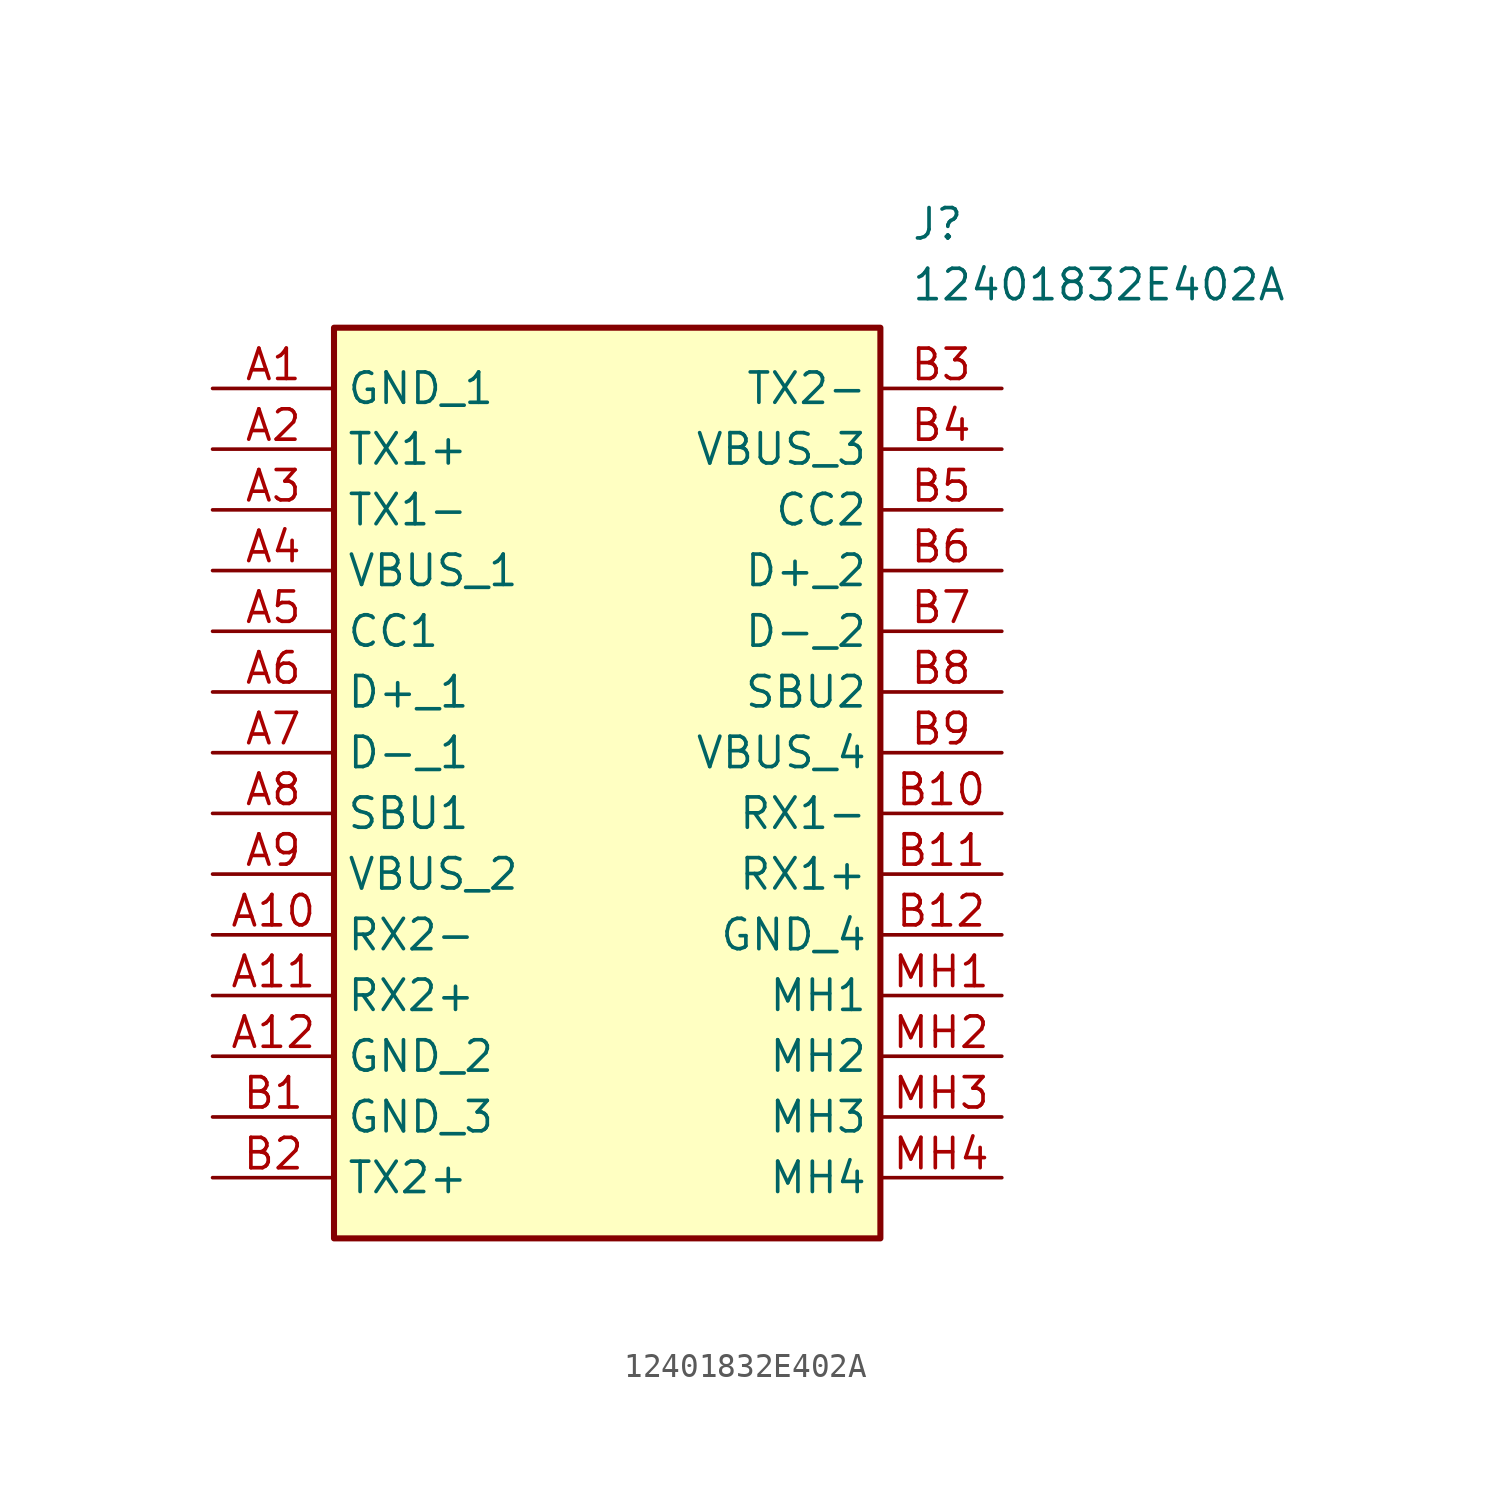
<source format=kicad_sym>
(kicad_symbol_lib
  (version 20211014)
  (generator SamacSys_ECAD_Model)
  (symbol "12401832E402A"
    (property "Reference" "J"
      (at 29.21 7.62 0)
      (effects (font (size 1.27 1.27)) (justify left top)))
    (property "Value" "12401832E402A"
      (at 29.21 5.08 0)
      (effects (font (size 1.27 1.27)) (justify left top)))
    (rectangle
      (start 5.08 2.54)
      (end 27.94 -35.56)
      (stroke (width 0.254) (type default))
      (fill (type background)))
    (pin passive line
      (at 0 0 0)
      (length 5.08)
      (name "GND_1" (effects (font (size 1.27 1.27))))
      (number "A1" (effects (font (size 1.27 1.27)))))
    (pin passive line
      (at 0 -2.54 0)
      (length 5.08)
      (name "TX1+" (effects (font (size 1.27 1.27))))
      (number "A2" (effects (font (size 1.27 1.27)))))
    (pin passive line
      (at 0 -5.08 0)
      (length 5.08)
      (name "TX1-" (effects (font (size 1.27 1.27))))
      (number "A3" (effects (font (size 1.27 1.27)))))
    (pin passive line
      (at 0 -7.62 0)
      (length 5.08)
      (name "VBUS_1" (effects (font (size 1.27 1.27))))
      (number "A4" (effects (font (size 1.27 1.27)))))
    (pin passive line
      (at 0 -10.16 0)
      (length 5.08)
      (name "CC1" (effects (font (size 1.27 1.27))))
      (number "A5" (effects (font (size 1.27 1.27)))))
    (pin passive line
      (at 0 -12.7 0)
      (length 5.08)
      (name "D+_1" (effects (font (size 1.27 1.27))))
      (number "A6" (effects (font (size 1.27 1.27)))))
    (pin passive line
      (at 0 -15.24 0)
      (length 5.08)
      (name "D-_1" (effects (font (size 1.27 1.27))))
      (number "A7" (effects (font (size 1.27 1.27)))))
    (pin passive line
      (at 0 -17.78 0)
      (length 5.08)
      (name "SBU1" (effects (font (size 1.27 1.27))))
      (number "A8" (effects (font (size 1.27 1.27)))))
    (pin passive line
      (at 0 -20.32 0)
      (length 5.08)
      (name "VBUS_2" (effects (font (size 1.27 1.27))))
      (number "A9" (effects (font (size 1.27 1.27)))))
    (pin passive line
      (at 0 -22.86 0)
      (length 5.08)
      (name "RX2-" (effects (font (size 1.27 1.27))))
      (number "A10" (effects (font (size 1.27 1.27)))))
    (pin passive line
      (at 0 -25.4 0)
      (length 5.08)
      (name "RX2+" (effects (font (size 1.27 1.27))))
      (number "A11" (effects (font (size 1.27 1.27)))))
    (pin passive line
      (at 0 -27.94 0)
      (length 5.08)
      (name "GND_2" (effects (font (size 1.27 1.27))))
      (number "A12" (effects (font (size 1.27 1.27)))))
    (pin passive line
      (at 0 -30.48 0)
      (length 5.08)
      (name "GND_3" (effects (font (size 1.27 1.27))))
      (number "B1" (effects (font (size 1.27 1.27)))))
    (pin passive line
      (at 0 -33.02 0)
      (length 5.08)
      (name "TX2+" (effects (font (size 1.27 1.27))))
      (number "B2" (effects (font (size 1.27 1.27)))))
    (pin passive line
      (at 33.02 0 180)
      (length 5.08)
      (name "TX2-" (effects (font (size 1.27 1.27))))
      (number "B3" (effects (font (size 1.27 1.27)))))
    (pin passive line
      (at 33.02 -2.54 180)
      (length 5.08)
      (name "VBUS_3" (effects (font (size 1.27 1.27))))
      (number "B4" (effects (font (size 1.27 1.27)))))
    (pin passive line
      (at 33.02 -5.08 180)
      (length 5.08)
      (name "CC2" (effects (font (size 1.27 1.27))))
      (number "B5" (effects (font (size 1.27 1.27)))))
    (pin passive line
      (at 33.02 -7.62 180)
      (length 5.08)
      (name "D+_2" (effects (font (size 1.27 1.27))))
      (number "B6" (effects (font (size 1.27 1.27)))))
    (pin passive line
      (at 33.02 -10.16 180)
      (length 5.08)
      (name "D-_2" (effects (font (size 1.27 1.27))))
      (number "B7" (effects (font (size 1.27 1.27)))))
    (pin passive line
      (at 33.02 -12.7 180)
      (length 5.08)
      (name "SBU2" (effects (font (size 1.27 1.27))))
      (number "B8" (effects (font (size 1.27 1.27)))))
    (pin passive line
      (at 33.02 -15.24 180)
      (length 5.08)
      (name "VBUS_4" (effects (font (size 1.27 1.27))))
      (number "B9" (effects (font (size 1.27 1.27)))))
    (pin passive line
      (at 33.02 -17.78 180)
      (length 5.08)
      (name "RX1-" (effects (font (size 1.27 1.27))))
      (number "B10" (effects (font (size 1.27 1.27)))))
    (pin passive line
      (at 33.02 -20.32 180)
      (length 5.08)
      (name "RX1+" (effects (font (size 1.27 1.27))))
      (number "B11" (effects (font (size 1.27 1.27)))))
    (pin passive line
      (at 33.02 -22.86 180)
      (length 5.08)
      (name "GND_4" (effects (font (size 1.27 1.27))))
      (number "B12" (effects (font (size 1.27 1.27)))))
    (pin passive line
      (at 33.02 -25.4 180)
      (length 5.08)
      (name "MH1" (effects (font (size 1.27 1.27))))
      (number "MH1" (effects (font (size 1.27 1.27)))))
    (pin passive line
      (at 33.02 -27.94 180)
      (length 5.08)
      (name "MH2" (effects (font (size 1.27 1.27))))
      (number "MH2" (effects (font (size 1.27 1.27)))))
    (pin passive line
      (at 33.02 -30.48 180)
      (length 5.08)
      (name "MH3" (effects (font (size 1.27 1.27))))
      (number "MH3" (effects (font (size 1.27 1.27)))))
    (pin passive line
      (at 33.02 -33.02 180)
      (length 5.08)
      (name "MH4" (effects (font (size 1.27 1.27))))
      (number "MH4" (effects (font (size 1.27 1.27)))))))
</source>
